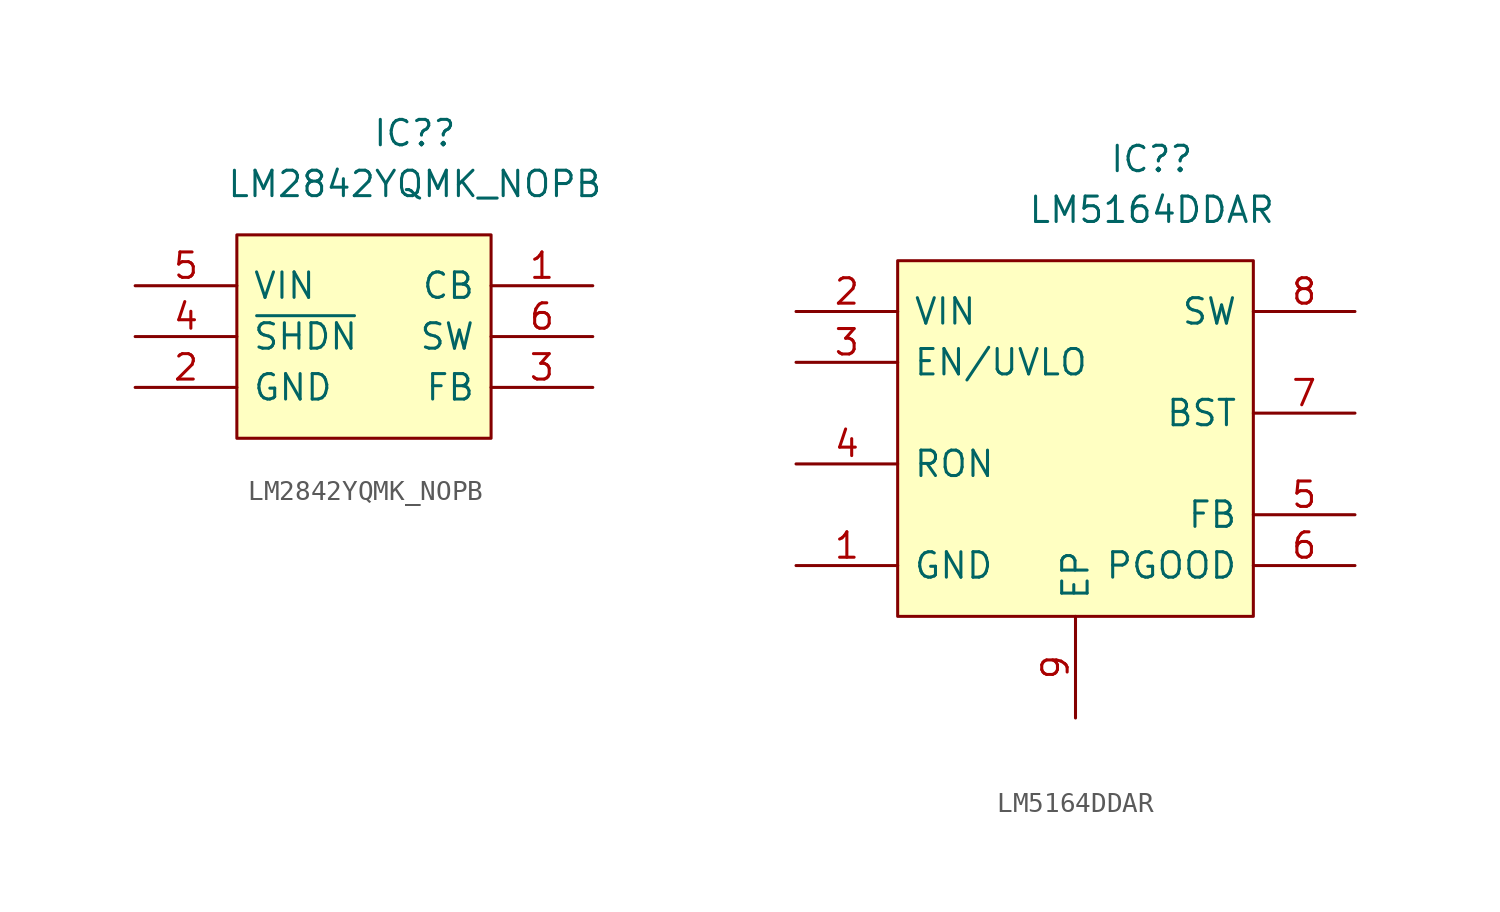
<source format=kicad_sym>
(kicad_symbol_lib
  (version 20211014)
  (generator kicad_symbol_editor)
  (symbol "LM2842YQMK_NOPB"
    (pin_names
      (offset 0.762))
    (property "Reference" "IC?"
      (at 13.97 7.62 0)
      (effects (font (size 1.27 1.27))))
    (property "Value" "LM2842YQMK_NOPB"
      (at 13.97 5.08 0)
      (effects (font (size 1.27 1.27))))
    (symbol "LM2842YQMK_NOPB_0_0"
      (pin passive line (at 22.86 0 180) (length 5.08) (name "CB" (effects (font (size 1.27 1.27)))) (number "1" (effects (font (size 1.27 1.27)))))
      (pin passive line (at 0 -5.08 0) (length 5.08) (name "GND" (effects (font (size 1.27 1.27)))) (number "2" (effects (font (size 1.27 1.27)))))
      (pin passive line (at 22.86 -5.08 180) (length 5.08) (name "FB" (effects (font (size 1.27 1.27)))) (number "3" (effects (font (size 1.27 1.27)))))
      (pin passive line (at 0 -2.54 0) (length 5.08) (name "~{SHDN}" (effects (font (size 1.27 1.27)))) (number "4" (effects (font (size 1.27 1.27)))))
      (pin passive line (at 0 0 0) (length 5.08) (name "VIN" (effects (font (size 1.27 1.27)))) (number "5" (effects (font (size 1.27 1.27)))))
      (pin passive line (at 22.86 -2.54 180) (length 5.08) (name "SW" (effects (font (size 1.27 1.27)))) (number "6" (effects (font (size 1.27 1.27))))))
    (symbol "LM2842YQMK_NOPB_0_1"
      (polyline (pts (xy 5.08 2.54) (xy 17.78 2.54) (xy 17.78 -7.62) (xy 5.08 -7.62) (xy 5.08 2.54)) (stroke (width 0.152) (type default) (color 0 0 0 0)) (fill (type background)))))
  (symbol "LM5164DDAR"
    (pin_names
      (offset 0.762))
    (property "Reference" "IC?"
      (at 12.7 5.08 0)
      (effects (font (size 1.27 1.27))))
    (property "Value" "LM5164DDAR"
      (at 12.7 2.54 0)
      (effects (font (size 1.27 1.27))))
    (symbol "LM5164DDAR_0_0"
      (pin passive line (at -5.08 -15.24 0) (length 5.08) (name "GND" (effects (font (size 1.27 1.27)))) (number "1" (effects (font (size 1.27 1.27)))))
      (pin passive line (at -5.08 -2.54 0) (length 5.08) (name "VIN" (effects (font (size 1.27 1.27)))) (number "2" (effects (font (size 1.27 1.27)))))
      (pin passive line (at -5.08 -5.08 0) (length 5.08) (name "EN/UVLO" (effects (font (size 1.27 1.27)))) (number "3" (effects (font (size 1.27 1.27)))))
      (pin passive line (at -5.08 -10.16 0) (length 5.08) (name "RON" (effects (font (size 1.27 1.27)))) (number "4" (effects (font (size 1.27 1.27)))))
      (pin passive line (at 22.86 -12.7 180) (length 5.08) (name "FB" (effects (font (size 1.27 1.27)))) (number "5" (effects (font (size 1.27 1.27)))))
      (pin passive line (at 22.86 -15.24 180) (length 5.08) (name "PGOOD" (effects (font (size 1.27 1.27)))) (number "6" (effects (font (size 1.27 1.27)))))
      (pin passive line (at 22.86 -7.62 180) (length 5.08) (name "BST" (effects (font (size 1.27 1.27)))) (number "7" (effects (font (size 1.27 1.27)))))
      (pin passive line (at 22.86 -2.54 180) (length 5.08) (name "SW" (effects (font (size 1.27 1.27)))) (number "8" (effects (font (size 1.27 1.27)))))
      (pin passive line (at 8.89 -22.86 90) (length 5.08) (name "EP" (effects (font (size 1.27 1.27)))) (number "9" (effects (font (size 1.27 1.27))))))
    (symbol "LM5164DDAR_0_1"
      (polyline (pts (xy 0 0) (xy 17.78 0) (xy 17.78 -17.78) (xy 0 -17.78) (xy 0 0)) (stroke (width 0.152) (type default) (color 0 0 0 0)) (fill (type background))))))
</source>
